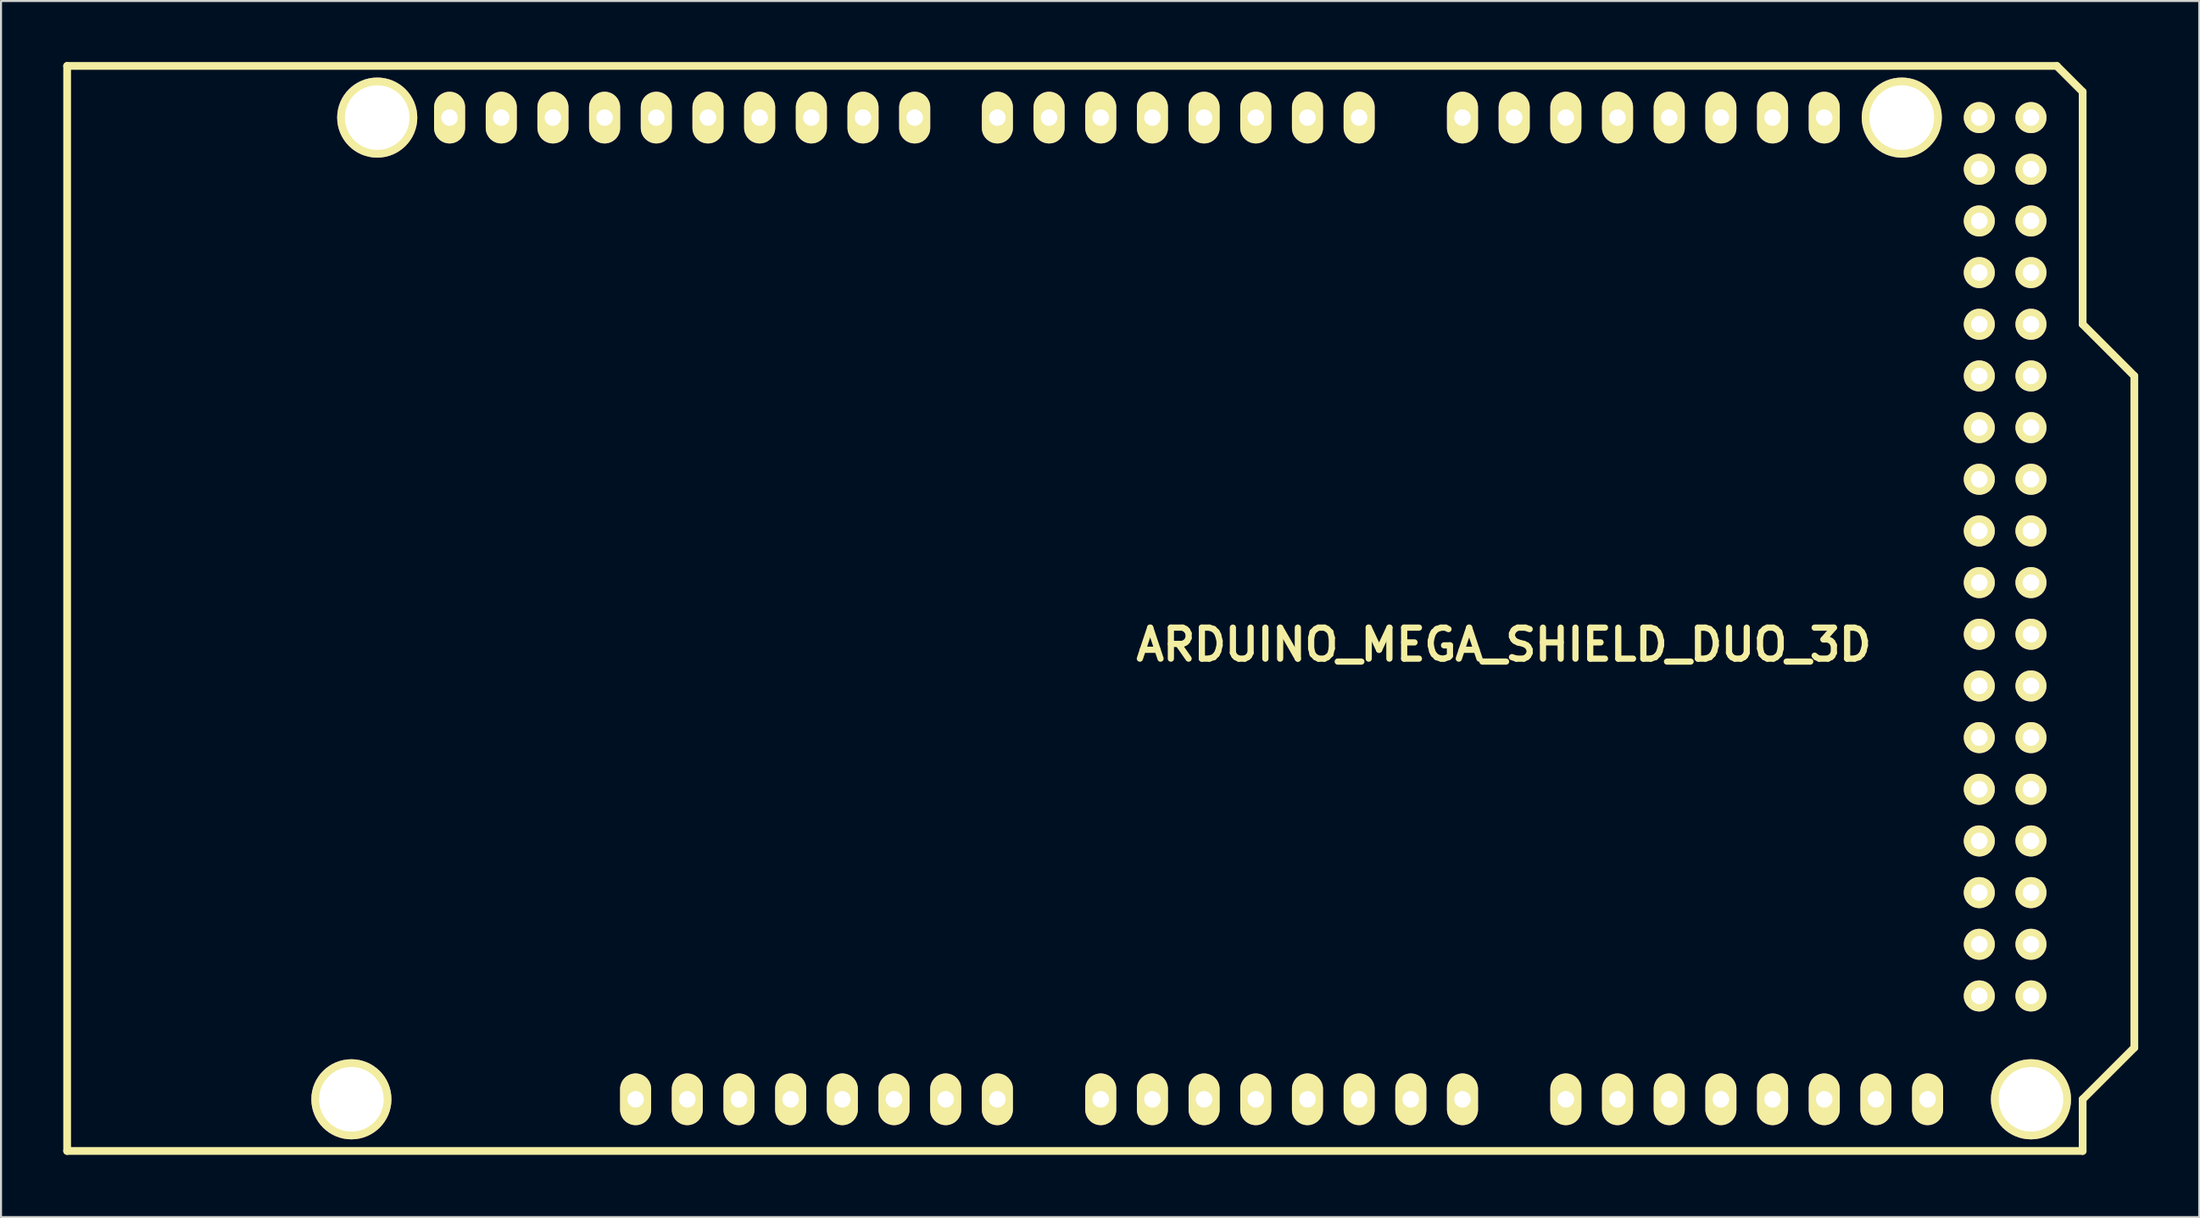
<source format=kicad_pcb>
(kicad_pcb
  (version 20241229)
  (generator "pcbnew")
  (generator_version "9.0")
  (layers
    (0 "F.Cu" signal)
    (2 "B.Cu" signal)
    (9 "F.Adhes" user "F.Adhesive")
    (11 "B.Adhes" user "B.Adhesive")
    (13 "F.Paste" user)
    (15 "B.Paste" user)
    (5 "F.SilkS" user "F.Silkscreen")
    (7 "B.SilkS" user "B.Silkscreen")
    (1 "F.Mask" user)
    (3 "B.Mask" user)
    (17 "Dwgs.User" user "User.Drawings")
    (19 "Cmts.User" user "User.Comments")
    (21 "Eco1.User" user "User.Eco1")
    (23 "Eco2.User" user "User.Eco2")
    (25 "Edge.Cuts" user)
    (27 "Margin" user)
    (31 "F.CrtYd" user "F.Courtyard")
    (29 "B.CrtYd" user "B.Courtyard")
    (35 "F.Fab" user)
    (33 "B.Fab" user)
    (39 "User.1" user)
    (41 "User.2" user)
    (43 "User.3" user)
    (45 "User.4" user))
  (footprint "ARDUINO_MEGA_SHIELD_DUO_3D"
    (layer "F.Cu")
    (at 0.25 53.531)
    (property "Reference" "ARDUINO_MEGA_SHIELD_DUO_3D" (at 70.612 -24.892 0) (layer "F.SilkS") (effects (font (size 1.524 1.524) (thickness 0.305))))
    (fp_line (start 0 0) (end 0 -53.34) (stroke (width 0.381) (type solid)) (layer "F.SilkS"))
    (fp_line (start 97.79 -53.34) (end 0 -53.34) (stroke (width 0.381) (type solid)) (layer "F.SilkS"))
    (fp_line (start 99.06 -52.07) (end 97.79 -53.34) (stroke (width 0.381) (type solid)) (layer "F.SilkS"))
    (fp_line (start 99.06 -40.64) (end 99.06 -52.07) (stroke (width 0.381) (type solid)) (layer "F.SilkS"))
    (fp_line (start 99.06 -40.64) (end 101.6 -38.1) (stroke (width 0.381) (type solid)) (layer "F.SilkS"))
    (fp_line (start 99.06 -2.54) (end 99.06 0) (stroke (width 0.381) (type solid)) (layer "F.SilkS"))
    (fp_line (start 99.06 0) (end 0 0) (stroke (width 0.381) (type solid)) (layer "F.SilkS"))
    (fp_line (start 101.6 -38.1) (end 101.6 -5.08) (stroke (width 0.381) (type solid)) (layer "F.SilkS"))
    (fp_line (start 101.6 -5.08) (end 99.06 -2.54) (stroke (width 0.381) (type solid)) (layer "F.SilkS"))
    (pad "" thru_hole circle (at 13.97 -2.54 90) (size 3.937 3.937) (drill 3.175) (layers "*.Cu" "*.Mask" "F.SilkS"))
    (pad "" thru_hole circle (at 15.24 -50.8 90) (size 3.937 3.937) (drill 3.175) (layers "*.Cu" "*.Mask" "F.SilkS"))
    (pad "" thru_hole circle (at 90.17 -50.8 90) (size 3.937 3.937) (drill 3.175) (layers "*.Cu" "*.Mask" "F.SilkS"))
    (pad "" thru_hole circle (at 96.52 -2.54 90) (size 3.937 3.937) (drill 3.175) (layers "*.Cu" "*.Mask" "F.SilkS"))
    (pad "0" thru_hole oval (at 63.5 -50.8 90) (size 2.54 1.524) (drill 0.813) (layers "*.Cu" "*.Mask" "F.SilkS"))
    (pad "1" thru_hole oval (at 60.96 -50.8 90) (size 2.54 1.524) (drill 0.813) (layers "*.Cu" "*.Mask" "F.SilkS"))
    (pad "2" thru_hole oval (at 58.42 -50.8 90) (size 2.54 1.524) (drill 0.813) (layers "*.Cu" "*.Mask" "F.SilkS"))
    (pad "3" thru_hole oval (at 55.88 -50.8 90) (size 2.54 1.524) (drill 0.813) (layers "*.Cu" "*.Mask" "F.SilkS"))
    (pad "3V3" thru_hole oval (at 35.56 -2.54 90) (size 2.54 1.524) (drill 0.813) (layers "*.Cu" "*.Mask" "F.SilkS"))
    (pad "4" thru_hole oval (at 53.34 -50.8 90) (size 2.54 1.524) (drill 0.813) (layers "*.Cu" "*.Mask" "F.SilkS"))
    (pad "5" thru_hole oval (at 50.8 -50.8 90) (size 2.54 1.524) (drill 0.813) (layers "*.Cu" "*.Mask" "F.SilkS"))
    (pad "5V" thru_hole oval (at 38.1 -2.54 90) (size 2.54 1.524) (drill 0.813) (layers "*.Cu" "*.Mask" "F.SilkS"))
    (pad "5V_4" thru_hole circle (at 93.98 -50.8) (size 1.524 1.524) (drill 0.813) (layers "*.Cu" "*.Mask" "F.SilkS"))
    (pad "5V_5" thru_hole circle (at 96.52 -50.8) (size 1.524 1.524) (drill 0.813) (layers "*.Cu" "*.Mask" "F.SilkS"))
    (pad "6" thru_hole oval (at 48.26 -50.8 90) (size 2.54 1.524) (drill 0.813) (layers "*.Cu" "*.Mask" "F.SilkS"))
    (pad "7" thru_hole oval (at 45.72 -50.8 90) (size 2.54 1.524) (drill 0.813) (layers "*.Cu" "*.Mask" "F.SilkS"))
    (pad "8" thru_hole oval (at 41.656 -50.8 90) (size 2.54 1.524) (drill 0.813) (layers "*.Cu" "*.Mask" "F.SilkS"))
    (pad "9" thru_hole oval (at 39.116 -50.8 90) (size 2.54 1.524) (drill 0.813) (layers "*.Cu" "*.Mask" "F.SilkS"))
    (pad "10" thru_hole oval (at 36.576 -50.8 90) (size 2.54 1.524) (drill 0.813) (layers "*.Cu" "*.Mask" "F.SilkS"))
    (pad "11" thru_hole oval (at 34.036 -50.8 90) (size 2.54 1.524) (drill 0.813) (layers "*.Cu" "*.Mask" "F.SilkS"))
    (pad "12" thru_hole oval (at 31.496 -50.8 90) (size 2.54 1.524) (drill 0.813) (layers "*.Cu" "*.Mask" "F.SilkS"))
    (pad "13" thru_hole oval (at 28.956 -50.8 90) (size 2.54 1.524) (drill 0.813) (layers "*.Cu" "*.Mask" "F.SilkS"))
    (pad "14" thru_hole oval (at 68.58 -50.8 90) (size 2.54 1.524) (drill 0.813) (layers "*.Cu" "*.Mask" "F.SilkS"))
    (pad "15" thru_hole oval (at 71.12 -50.8 90) (size 2.54 1.524) (drill 0.813) (layers "*.Cu" "*.Mask" "F.SilkS"))
    (pad "16" thru_hole oval (at 73.66 -50.8 90) (size 2.54 1.524) (drill 0.813) (layers "*.Cu" "*.Mask" "F.SilkS"))
    (pad "17" thru_hole oval (at 76.2 -50.8 90) (size 2.54 1.524) (drill 0.813) (layers "*.Cu" "*.Mask" "F.SilkS"))
    (pad "18" thru_hole oval (at 78.74 -50.8 90) (size 2.54 1.524) (drill 0.813) (layers "*.Cu" "*.Mask" "F.SilkS"))
    (pad "19" thru_hole oval (at 81.28 -50.8 90) (size 2.54 1.524) (drill 0.813) (layers "*.Cu" "*.Mask" "F.SilkS"))
    (pad "20" thru_hole oval (at 83.82 -50.8 90) (size 2.54 1.524) (drill 0.813) (layers "*.Cu" "*.Mask" "F.SilkS"))
    (pad "21" thru_hole oval (at 86.36 -50.8 90) (size 2.54 1.524) (drill 0.813) (layers "*.Cu" "*.Mask" "F.SilkS"))
    (pad "22" thru_hole circle (at 93.98 -48.26) (size 1.524 1.524) (drill 0.813) (layers "*.Cu" "*.Mask" "F.SilkS"))
    (pad "23" thru_hole circle (at 96.52 -48.26) (size 1.524 1.524) (drill 0.813) (layers "*.Cu" "*.Mask" "F.SilkS"))
    (pad "24" thru_hole circle (at 93.98 -45.72) (size 1.524 1.524) (drill 0.813) (layers "*.Cu" "*.Mask" "F.SilkS"))
    (pad "25" thru_hole circle (at 96.52 -45.72) (size 1.524 1.524) (drill 0.813) (layers "*.Cu" "*.Mask" "F.SilkS"))
    (pad "26" thru_hole circle (at 93.98 -43.18) (size 1.524 1.524) (drill 0.813) (layers "*.Cu" "*.Mask" "F.SilkS"))
    (pad "27" thru_hole circle (at 96.52 -43.18) (size 1.524 1.524) (drill 0.813) (layers "*.Cu" "*.Mask" "F.SilkS"))
    (pad "28" thru_hole circle (at 93.98 -40.64) (size 1.524 1.524) (drill 0.813) (layers "*.Cu" "*.Mask" "F.SilkS"))
    (pad "29" thru_hole circle (at 96.52 -40.64) (size 1.524 1.524) (drill 0.813) (layers "*.Cu" "*.Mask" "F.SilkS"))
    (pad "30" thru_hole circle (at 93.98 -38.1) (size 1.524 1.524) (drill 0.813) (layers "*.Cu" "*.Mask" "F.SilkS"))
    (pad "31" thru_hole circle (at 96.52 -38.1) (size 1.524 1.524) (drill 0.813) (layers "*.Cu" "*.Mask" "F.SilkS"))
    (pad "32" thru_hole circle (at 93.98 -35.56) (size 1.524 1.524) (drill 0.813) (layers "*.Cu" "*.Mask" "F.SilkS"))
    (pad "33" thru_hole circle (at 96.52 -35.56) (size 1.524 1.524) (drill 0.813) (layers "*.Cu" "*.Mask" "F.SilkS"))
    (pad "34" thru_hole circle (at 93.98 -33.02) (size 1.524 1.524) (drill 0.813) (layers "*.Cu" "*.Mask" "F.SilkS"))
    (pad "35" thru_hole circle (at 96.52 -33.02) (size 1.524 1.524) (drill 0.813) (layers "*.Cu" "*.Mask" "F.SilkS"))
    (pad "36" thru_hole circle (at 93.98 -30.48) (size 1.524 1.524) (drill 0.813) (layers "*.Cu" "*.Mask" "F.SilkS"))
    (pad "37" thru_hole circle (at 96.52 -30.48) (size 1.524 1.524) (drill 0.813) (layers "*.Cu" "*.Mask" "F.SilkS"))
    (pad "38" thru_hole circle (at 93.98 -27.94) (size 1.524 1.524) (drill 0.813) (layers "*.Cu" "*.Mask" "F.SilkS"))
    (pad "39" thru_hole circle (at 96.52 -27.94) (size 1.524 1.524) (drill 0.813) (layers "*.Cu" "*.Mask" "F.SilkS"))
    (pad "40" thru_hole circle (at 93.98 -25.4) (size 1.524 1.524) (drill 0.813) (layers "*.Cu" "*.Mask" "F.SilkS"))
    (pad "41" thru_hole circle (at 96.52 -25.4) (size 1.524 1.524) (drill 0.813) (layers "*.Cu" "*.Mask" "F.SilkS"))
    (pad "42" thru_hole circle (at 93.98 -22.86) (size 1.524 1.524) (drill 0.813) (layers "*.Cu" "*.Mask" "F.SilkS"))
    (pad "43" thru_hole circle (at 96.52 -22.86) (size 1.524 1.524) (drill 0.813) (layers "*.Cu" "*.Mask" "F.SilkS"))
    (pad "44" thru_hole circle (at 93.98 -20.32) (size 1.524 1.524) (drill 0.813) (layers "*.Cu" "*.Mask" "F.SilkS"))
    (pad "45" thru_hole circle (at 96.52 -20.32) (size 1.524 1.524) (drill 0.813) (layers "*.Cu" "*.Mask" "F.SilkS"))
    (pad "46" thru_hole circle (at 93.98 -17.78) (size 1.524 1.524) (drill 0.813) (layers "*.Cu" "*.Mask" "F.SilkS"))
    (pad "47" thru_hole circle (at 96.52 -17.78) (size 1.524 1.524) (drill 0.813) (layers "*.Cu" "*.Mask" "F.SilkS"))
    (pad "48" thru_hole circle (at 93.98 -15.24) (size 1.524 1.524) (drill 0.813) (layers "*.Cu" "*.Mask" "F.SilkS"))
    (pad "49" thru_hole circle (at 96.52 -15.24) (size 1.524 1.524) (drill 0.813) (layers "*.Cu" "*.Mask" "F.SilkS"))
    (pad "50" thru_hole circle (at 93.98 -12.7) (size 1.524 1.524) (drill 0.813) (layers "*.Cu" "*.Mask" "F.SilkS"))
    (pad "51" thru_hole circle (at 96.52 -12.7) (size 1.524 1.524) (drill 0.813) (layers "*.Cu" "*.Mask" "F.SilkS"))
    (pad "52" thru_hole circle (at 93.98 -10.16) (size 1.524 1.524) (drill 0.813) (layers "*.Cu" "*.Mask" "F.SilkS"))
    (pad "53" thru_hole circle (at 96.52 -10.16) (size 1.524 1.524) (drill 0.813) (layers "*.Cu" "*.Mask" "F.SilkS"))
    (pad "AD0" thru_hole oval (at 50.8 -2.54 90) (size 2.54 1.524) (drill 0.813) (layers "*.Cu" "*.Mask" "F.SilkS"))
    (pad "AD1" thru_hole oval (at 53.34 -2.54 90) (size 2.54 1.524) (drill 0.813) (layers "*.Cu" "*.Mask" "F.SilkS"))
    (pad "AD2" thru_hole oval (at 55.88 -2.54 90) (size 2.54 1.524) (drill 0.813) (layers "*.Cu" "*.Mask" "F.SilkS"))
    (pad "AD3" thru_hole oval (at 58.42 -2.54 90) (size 2.54 1.524) (drill 0.813) (layers "*.Cu" "*.Mask" "F.SilkS"))
    (pad "AD4" thru_hole oval (at 60.96 -2.54 90) (size 2.54 1.524) (drill 0.813) (layers "*.Cu" "*.Mask" "F.SilkS"))
    (pad "AD5" thru_hole oval (at 63.5 -2.54 90) (size 2.54 1.524) (drill 0.813) (layers "*.Cu" "*.Mask" "F.SilkS"))
    (pad "AD6" thru_hole oval (at 66.04 -2.54 90) (size 2.54 1.524) (drill 0.813) (layers "*.Cu" "*.Mask" "F.SilkS"))
    (pad "AD7" thru_hole oval (at 68.58 -2.54 90) (size 2.54 1.524) (drill 0.813) (layers "*.Cu" "*.Mask" "F.SilkS"))
    (pad "AD8" thru_hole oval (at 73.66 -2.54 90) (size 2.54 1.524) (drill 0.813) (layers "*.Cu" "*.Mask" "F.SilkS"))
    (pad "AD9" thru_hole oval (at 76.2 -2.54 90) (size 2.54 1.524) (drill 0.813) (layers "*.Cu" "*.Mask" "F.SilkS"))
    (pad "AD10" thru_hole oval (at 78.74 -2.54 90) (size 2.54 1.524) (drill 0.813) (layers "*.Cu" "*.Mask" "F.SilkS"))
    (pad "AD11" thru_hole oval (at 81.28 -2.54 90) (size 2.54 1.524) (drill 0.813) (layers "*.Cu" "*.Mask" "F.SilkS"))
    (pad "AD12" thru_hole oval (at 83.82 -2.54 90) (size 2.54 1.524) (drill 0.813) (layers "*.Cu" "*.Mask" "F.SilkS"))
    (pad "AD13" thru_hole oval (at 86.36 -2.54 90) (size 2.54 1.524) (drill 0.813) (layers "*.Cu" "*.Mask" "F.SilkS"))
    (pad "AD14" thru_hole oval (at 88.9 -2.54 90) (size 2.54 1.524) (drill 0.813) (layers "*.Cu" "*.Mask" "F.SilkS"))
    (pad "AD15" thru_hole oval (at 91.44 -2.54 90) (size 2.54 1.524) (drill 0.813) (layers "*.Cu" "*.Mask" "F.SilkS"))
    (pad "AREF" thru_hole oval (at 23.876 -50.8 90) (size 2.54 1.524) (drill 0.813) (layers "*.Cu" "*.Mask" "F.SilkS"))
    (pad "FREI" thru_hole oval (at 27.94 -2.54 90) (size 2.54 1.524) (drill 0.812) (layers "*.Cu" "*.Mask" "F.SilkS"))
    (pad "GND1" thru_hole oval (at 40.64 -2.54 90) (size 2.54 1.524) (drill 0.813) (layers "*.Cu" "*.Mask" "F.SilkS"))
    (pad "GND2" thru_hole oval (at 43.18 -2.54 90) (size 2.54 1.524) (drill 0.813) (layers "*.Cu" "*.Mask" "F.SilkS"))
    (pad "GND3" thru_hole oval (at 26.416 -50.8 90) (size 2.54 1.524) (drill 0.813) (layers "*.Cu" "*.Mask" "F.SilkS"))
    (pad "GND4" thru_hole circle (at 93.98 -7.62) (size 1.524 1.524) (drill 0.813) (layers "*.Cu" "*.Mask" "F.SilkS"))
    (pad "GND5" thru_hole circle (at 96.52 -7.62) (size 1.524 1.524) (drill 0.813) (layers "*.Cu" "*.Mask" "F.SilkS"))
    (pad "IORE" thru_hole oval (at 30.48 -2.54 90) (size 2.54 1.524) (drill 0.812) (layers "*.Cu" "*.Mask" "F.SilkS"))
    (pad "RST" thru_hole oval (at 33.02 -2.54 90) (size 2.54 1.524) (drill 0.813) (layers "*.Cu" "*.Mask" "F.SilkS"))
    (pad "SCL1" thru_hole oval (at 18.796 -50.8 90) (size 2.54 1.524) (drill 0.812) (layers "*.Cu" "*.Mask" "F.SilkS"))
    (pad "SDA1" thru_hole oval (at 21.336 -50.8 90) (size 2.54 1.524) (drill 0.813) (layers "*.Cu" "*.Mask" "F.SilkS"))
    (pad "V_IN" thru_hole oval (at 45.72 -2.54 90) (size 2.54 1.524) (drill 0.813) (layers "*.Cu" "*.Mask" "F.SilkS")))
  (gr_rect
    (start -3 -3)
    (end 105.04 56.781)
    (stroke (width 0.1) (type default))
    (fill no)
    (layer "Edge.Cuts")))
</source>
